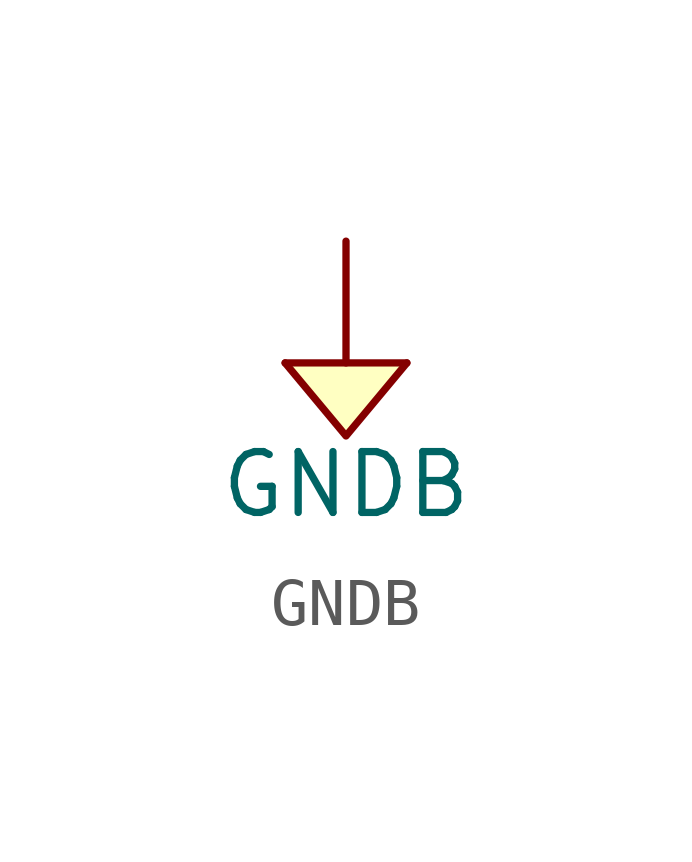
<source format=kicad_sym>
(kicad_symbol_lib
  (version 20231120)
  (generator "kicad_symbol_editor")
  (generator_version "8.0")
  (symbol "GNDB"
    (power)
    (pin_numbers hide)
    (pin_names
      (offset 0) hide)
    (property "Reference" "#PWR"
      (at 0 -4.318 0)
      (effects (font (size 1.27 1.27)) (hide yes)))
    (property "Value" "GNDB"
      (at 0 -2.54 0)
      (effects (font (size 1.27 1.27))))
    (property "Footprint" ""
      (at 0 2.54 0)
      (effects (font (size 1.524 1.524))))
    (property "Datasheet" ""
      (at -0.508 -2.286 0)
      (effects (font (size 1.524 1.524))))
    (symbol "GNDB_0_1"
      (polyline (pts (xy 0 0) (xy 1.27 0)) (stroke (width 0) (type default)) (fill (type none)))
      (polyline (pts (xy -1.27 0) (xy 0 -1.524) (xy 1.27 0)) (stroke (width 0) (type default)) (fill (type background)))
      (polyline (pts (xy 0 2.54) (xy 0 0) (xy -1.27 0)) (stroke (width 0) (type default)) (fill (type none))))
    (symbol "GNDB_1_1"
      (pin power_in line (at 0 2.54 90) (length 0) hide (name "GNDB" (effects (font (size 1.27 1.27)))) (number "1" (effects (font (size 1.27 1.27))))))))
</source>
